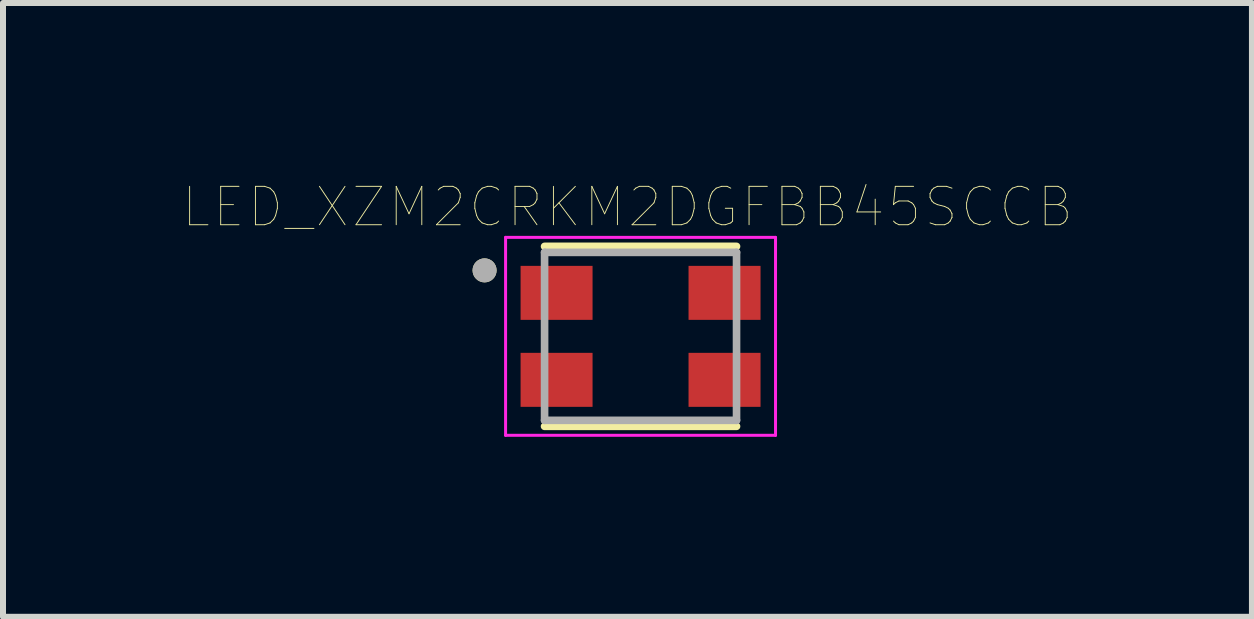
<source format=kicad_pcb>
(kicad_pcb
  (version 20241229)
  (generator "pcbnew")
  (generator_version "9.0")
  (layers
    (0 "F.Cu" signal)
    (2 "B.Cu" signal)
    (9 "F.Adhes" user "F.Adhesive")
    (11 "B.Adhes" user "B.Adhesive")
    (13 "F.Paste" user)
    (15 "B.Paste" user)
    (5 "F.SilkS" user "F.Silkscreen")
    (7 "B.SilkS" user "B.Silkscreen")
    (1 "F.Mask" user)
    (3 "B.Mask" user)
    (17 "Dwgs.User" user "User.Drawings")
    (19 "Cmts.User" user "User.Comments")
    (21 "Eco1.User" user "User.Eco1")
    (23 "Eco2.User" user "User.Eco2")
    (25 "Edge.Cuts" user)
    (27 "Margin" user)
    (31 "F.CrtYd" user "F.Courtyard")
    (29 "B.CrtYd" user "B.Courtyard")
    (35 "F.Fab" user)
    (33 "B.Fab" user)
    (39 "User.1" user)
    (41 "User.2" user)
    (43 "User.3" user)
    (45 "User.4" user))
  (footprint "LED_XZM2CRKM2DGFBB45SCCB"
    (layer "F.Cu")
    (at 7.628 2.557)
    (property "Reference" "LED_XZM2CRKM2DGFBB45SCCB" (at -0.218 -2.156 0) (layer "F.SilkS") (effects (font (size 0.64 0.64) (thickness 0.015))))
    (attr through_hole)
    (fp_line (start -1.6 -1.5) (end 1.6 -1.5) (stroke (width 0.127) (type solid)) (layer "F.SilkS"))
    (fp_line (start -1.6 1.5) (end 1.6 1.5) (stroke (width 0.127) (type solid)) (layer "F.SilkS"))
    (fp_circle (center -2.6 -1.1) (end -2.5 -1.1) (stroke (width 0.2) (type solid)) (fill no) (layer "F.SilkS"))
    (fp_line (start -2.25 -1.65) (end 2.25 -1.65) (stroke (width 0.05) (type solid)) (layer "F.CrtYd"))
    (fp_line (start -2.25 1.65) (end -2.25 -1.65) (stroke (width 0.05) (type solid)) (layer "F.CrtYd"))
    (fp_line (start 2.25 -1.65) (end 2.25 1.65) (stroke (width 0.05) (type solid)) (layer "F.CrtYd"))
    (fp_line (start 2.25 1.65) (end -2.25 1.65) (stroke (width 0.05) (type solid)) (layer "F.CrtYd"))
    (fp_line (start -1.6 -1.4) (end 1.6 -1.4) (stroke (width 0.127) (type solid)) (layer "F.Fab"))
    (fp_line (start -1.6 1.4) (end -1.6 -1.4) (stroke (width 0.127) (type solid)) (layer "F.Fab"))
    (fp_line (start 1.6 -1.4) (end 1.6 1.4) (stroke (width 0.127) (type solid)) (layer "F.Fab"))
    (fp_line (start 1.6 1.4) (end -1.6 1.4) (stroke (width 0.127) (type solid)) (layer "F.Fab"))
    (fp_circle (center -2.6 -1.1) (end -2.5 -1.1) (stroke (width 0.2) (type solid)) (fill no) (layer "F.Fab"))
    (pad "1" smd rect (at -1.4 -0.725) (size 1.2 0.9) (layers "F.Cu" "F.Mask" "F.Paste"))
    (pad "2" smd rect (at 1.4 -0.725) (size 1.2 0.9) (layers "F.Cu" "F.Mask" "F.Paste"))
    (pad "3" smd rect (at 1.4 0.725) (size 1.2 0.9) (layers "F.Cu" "F.Mask" "F.Paste"))
    (pad "4" smd rect (at -1.4 0.725) (size 1.2 0.9) (layers "F.Cu" "F.Mask" "F.Paste")))
  (gr_rect
    (start -3 -3)
    (end 17.82 7.232)
    (stroke (width 0.1) (type default))
    (fill no)
    (layer "Edge.Cuts")))
</source>
